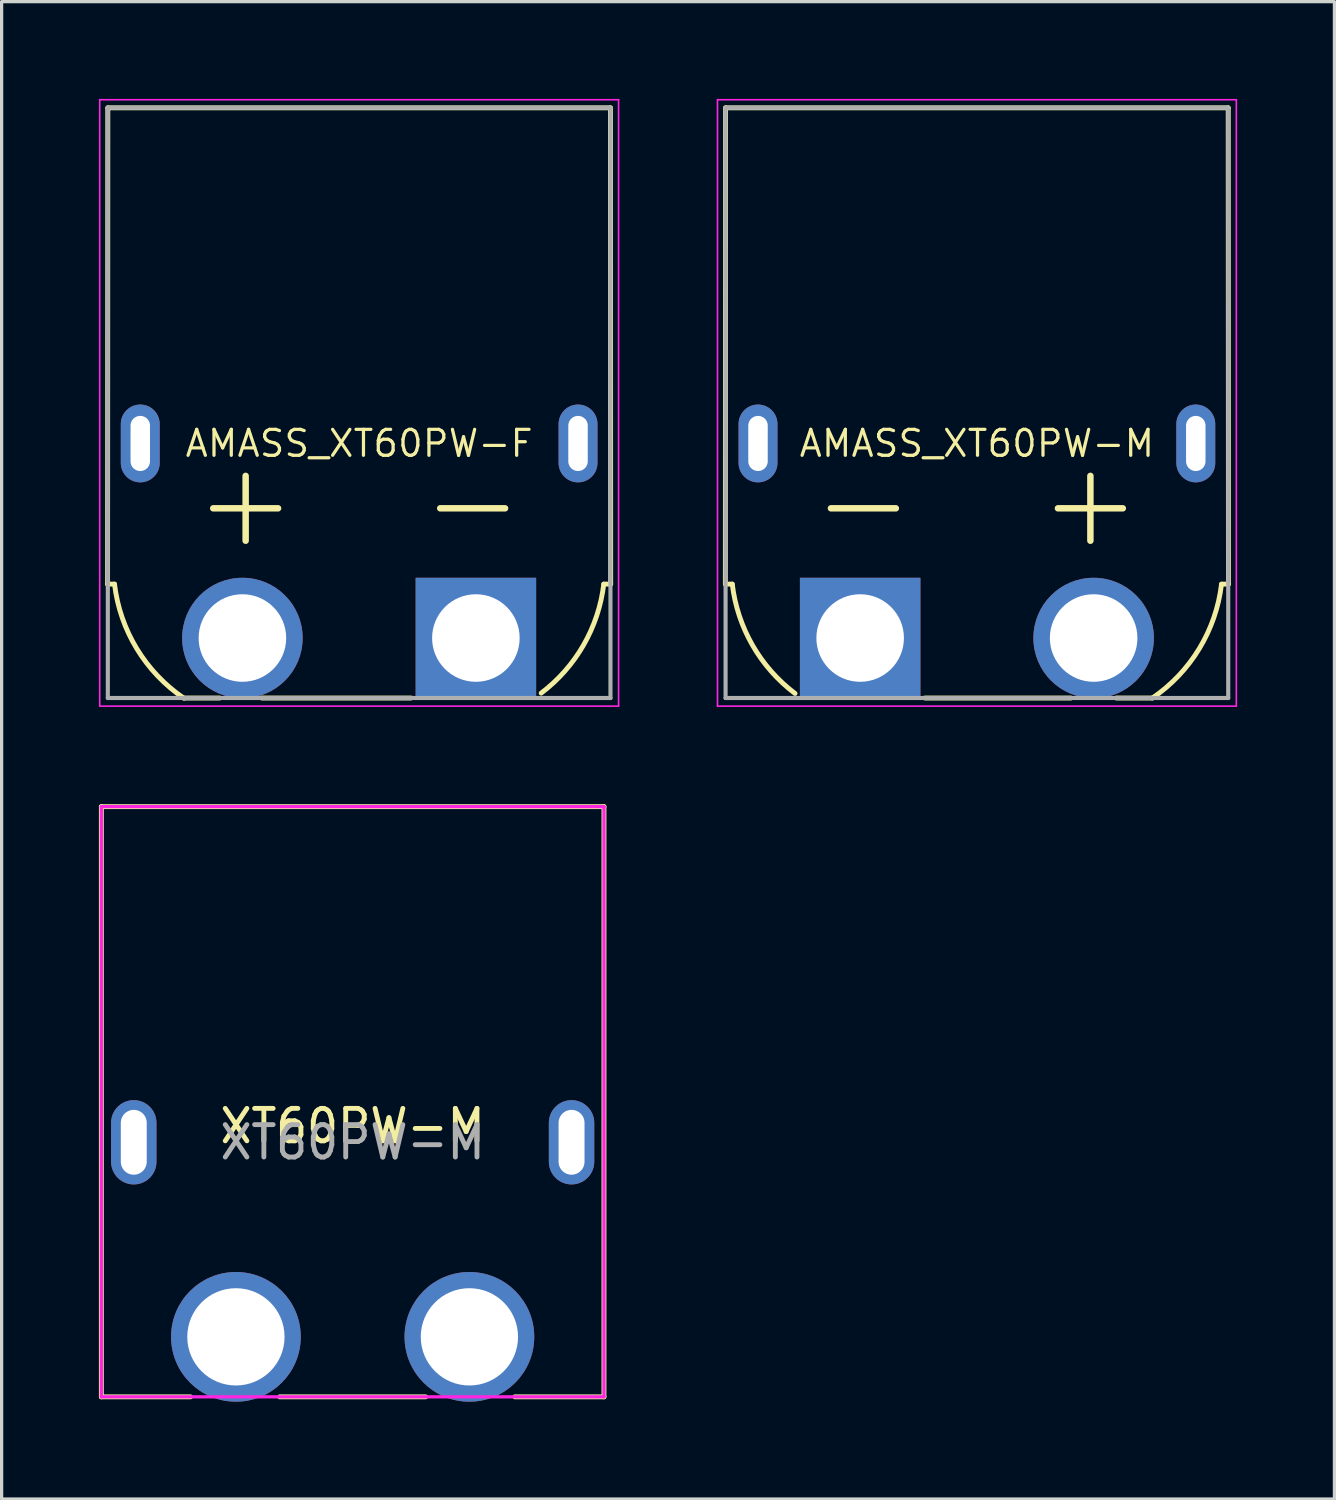
<source format=kicad_pcb>
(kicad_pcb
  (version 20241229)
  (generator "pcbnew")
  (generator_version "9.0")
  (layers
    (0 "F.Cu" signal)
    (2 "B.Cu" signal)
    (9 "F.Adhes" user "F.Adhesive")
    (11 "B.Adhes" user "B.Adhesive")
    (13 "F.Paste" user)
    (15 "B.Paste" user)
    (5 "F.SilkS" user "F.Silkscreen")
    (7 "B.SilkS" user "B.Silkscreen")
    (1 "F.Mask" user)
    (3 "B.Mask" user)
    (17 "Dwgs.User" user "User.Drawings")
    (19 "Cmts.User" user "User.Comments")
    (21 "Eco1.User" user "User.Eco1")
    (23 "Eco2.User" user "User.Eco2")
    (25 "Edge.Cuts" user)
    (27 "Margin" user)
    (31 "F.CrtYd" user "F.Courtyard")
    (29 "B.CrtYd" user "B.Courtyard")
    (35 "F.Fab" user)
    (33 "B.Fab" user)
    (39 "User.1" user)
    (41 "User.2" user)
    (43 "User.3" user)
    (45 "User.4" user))
  (footprint "AMASS_XT60PW-M"
    (layer "F.Cu")
    (at 27.075 10.625)
    (property "Reference" "AMASS_XT60PW-M" (at 0 0 0) (layer "F.SilkS") (effects (font (size 0.8 0.8) (thickness 0.1))))
    (attr through_hole)
    (fp_line (start -7.757 4.338) (end -7.543 4.338) (stroke (width 0.15) (type solid)) (layer "F.SilkS"))
    (fp_line (start -7.75 -10.35) (end -7.757 4.338) (stroke (width 0.15) (type solid)) (layer "F.SilkS"))
    (fp_line (start -4.5 2) (end -2.5 2) (stroke (width 0.2) (type solid)) (layer "F.SilkS"))
    (fp_line (start 2.5 2) (end 4.5 2) (stroke (width 0.2) (type solid)) (layer "F.SilkS"))
    (fp_line (start 2.9 7.85) (end -1.6 7.85) (stroke (width 0.15) (type solid)) (layer "F.SilkS"))
    (fp_line (start 3.5 1) (end 3.5 3) (stroke (width 0.2) (type solid)) (layer "F.SilkS"))
    (fp_line (start 5.413 7.85) (end 4.3 7.85) (stroke (width 0.15) (type solid)) (layer "F.SilkS"))
    (fp_line (start 7.75 -10.35) (end -7.75 -10.35) (stroke (width 0.15) (type solid)) (layer "F.SilkS"))
    (fp_line (start 7.757 4.338) (end 7.543 4.338) (stroke (width 0.15) (type solid)) (layer "F.SilkS"))
    (fp_line (start 7.757 4.338) (end 7.75 -10.35) (stroke (width 0.15) (type solid)) (layer "F.SilkS"))
    (fp_arc (start -5.607721 7.710222) (mid -6.919769 6.22175) (end -7.543269 4.338065) (stroke (width 0.15) (type solid)) (layer "F.SilkS"))
    (fp_arc (start 7.542956 4.340699) (mid 6.858176 6.326087) (end 5.413054 7.85) (stroke (width 0.15) (type solid)) (layer "F.SilkS"))
    (fp_line (start -8 -10.6) (end 8 -10.6) (stroke (width 0.05) (type solid)) (layer "F.CrtYd"))
    (fp_line (start -8 8.1) (end -8 -10.6) (stroke (width 0.05) (type solid)) (layer "F.CrtYd"))
    (fp_line (start 8 -10.6) (end 8 8.1) (stroke (width 0.05) (type solid)) (layer "F.CrtYd"))
    (fp_line (start 8 8.1) (end -8 8.1) (stroke (width 0.05) (type solid)) (layer "F.CrtYd"))
    (fp_line (start -7.75 -10.35) (end -7.75 7.85) (stroke (width 0.127) (type solid)) (layer "F.Fab"))
    (fp_line (start -7.75 7.85) (end 7.75 7.85) (stroke (width 0.127) (type solid)) (layer "F.Fab"))
    (fp_line (start 7.75 -10.35) (end -7.75 -10.35) (stroke (width 0.127) (type solid)) (layer "F.Fab"))
    (fp_line (start 7.75 7.85) (end 7.75 -10.35) (stroke (width 0.127) (type solid)) (layer "F.Fab"))
    (pad "1" thru_hole rect (at -3.6 6) (size 3.716 3.716) (drill 2.7) (layers "*.Cu" "*.Mask"))
    (pad "2" thru_hole circle (at 3.6 6) (size 3.716 3.716) (drill 2.7) (layers "*.Cu" "*.Mask"))
    (pad "MP" thru_hole oval (at -6.75 0) (size 1.2 2.4) (drill oval 0.6 1.7) (layers "*.Cu" "*.Mask"))
    (pad "MP" thru_hole oval (at 6.75 0) (size 1.2 2.4) (drill oval 0.6 1.7) (layers "*.Cu" "*.Mask")))
  (footprint "AMASS_XT60PW-F"
    (layer "F.Cu")
    (at 8.025 10.625)
    (property "Reference" "AMASS_XT60PW-F" (at 0 0 0) (layer "F.SilkS") (effects (font (size 0.8 0.8) (thickness 0.1))))
    (attr through_hole)
    (fp_line (start -7.757 4.338) (end -7.543 4.338) (stroke (width 0.15) (type solid)) (layer "F.SilkS"))
    (fp_line (start -7.75 -10.35) (end -7.757 4.338) (stroke (width 0.15) (type solid)) (layer "F.SilkS"))
    (fp_line (start -4.5 2) (end -2.5 2) (stroke (width 0.2) (type solid)) (layer "F.SilkS"))
    (fp_line (start -4.3 7.85) (end -5.4 7.85) (stroke (width 0.15) (type solid)) (layer "F.SilkS"))
    (fp_line (start -3.5 1) (end -3.5 3) (stroke (width 0.2) (type solid)) (layer "F.SilkS"))
    (fp_line (start 1.6 7.85) (end -3 7.85) (stroke (width 0.15) (type solid)) (layer "F.SilkS"))
    (fp_line (start 2.5 2) (end 4.5 2) (stroke (width 0.2) (type solid)) (layer "F.SilkS"))
    (fp_line (start 7.75 -10.35) (end -7.75 -10.35) (stroke (width 0.15) (type solid)) (layer "F.SilkS"))
    (fp_line (start 7.757 4.338) (end 7.543 4.338) (stroke (width 0.15) (type solid)) (layer "F.SilkS"))
    (fp_line (start 7.757 4.338) (end 7.75 -10.35) (stroke (width 0.15) (type solid)) (layer "F.SilkS"))
    (fp_arc (start -5.404124 7.856076) (mid -6.85606 6.329568) (end -7.543269 4.338065) (stroke (width 0.15) (type solid)) (layer "F.SilkS"))
    (fp_arc (start 7.543269 4.338065) (mid 6.921033 6.215404) (end 5.613033 7.698884) (stroke (width 0.15) (type solid)) (layer "F.SilkS"))
    (fp_line (start -8 -10.6) (end 8 -10.6) (stroke (width 0.05) (type solid)) (layer "F.CrtYd"))
    (fp_line (start -8 8.1) (end -8 -10.6) (stroke (width 0.05) (type solid)) (layer "F.CrtYd"))
    (fp_line (start 8 -10.6) (end 8 8.1) (stroke (width 0.05) (type solid)) (layer "F.CrtYd"))
    (fp_line (start 8 8.1) (end -8 8.1) (stroke (width 0.05) (type solid)) (layer "F.CrtYd"))
    (fp_line (start -7.75 -10.35) (end -7.75 7.85) (stroke (width 0.127) (type solid)) (layer "F.Fab"))
    (fp_line (start -7.75 7.85) (end 7.75 7.85) (stroke (width 0.127) (type solid)) (layer "F.Fab"))
    (fp_line (start 7.75 -10.35) (end -7.75 -10.35) (stroke (width 0.127) (type solid)) (layer "F.Fab"))
    (fp_line (start 7.75 7.85) (end 7.75 -10.35) (stroke (width 0.127) (type solid)) (layer "F.Fab"))
    (pad "1" thru_hole rect (at 3.6 6) (size 3.716 3.716) (drill 2.7) (layers "*.Cu" "*.Mask"))
    (pad "2" thru_hole circle (at -3.6 6) (size 3.716 3.716) (drill 2.7) (layers "*.Cu" "*.Mask"))
    (pad "MP" thru_hole oval (at -6.75 0) (size 1.2 2.4) (drill oval 0.6 1.7) (layers "*.Cu" "*.Mask"))
    (pad "MP" thru_hole oval (at 6.75 0) (size 1.2 2.4) (drill oval 0.6 1.7) (layers "*.Cu" "*.Mask")))
  (footprint "XT60PW-M"
    (layer "F.Cu")
    (at 7.825 32.175)
    (property "Reference" "XT60PW-M" (at 0 -0.5 0) (layer "F.SilkS") (effects (font (size 1 1) (thickness 0.15))))
    (attr through_hole)
    (fp_line (start -7.75 -10.35) (end -7.75 7.85) (stroke (width 0.15) (type solid)) (layer "F.SilkS"))
    (fp_line (start -7.75 7.85) (end -5 7.85) (stroke (width 0.15) (type solid)) (layer "F.SilkS"))
    (fp_line (start -2.25 7.85) (end 2.25 7.85) (stroke (width 0.15) (type solid)) (layer "F.SilkS"))
    (fp_line (start 5 7.85) (end 7.75 7.85) (stroke (width 0.15) (type solid)) (layer "F.SilkS"))
    (fp_line (start 7.75 -10.35) (end -7.75 -10.35) (stroke (width 0.15) (type solid)) (layer "F.SilkS"))
    (fp_line (start 7.75 7.85) (end 7.75 -10.35) (stroke (width 0.15) (type solid)) (layer "F.SilkS"))
    (fp_line (start -7.75 -10.35) (end -7.75 7.85) (stroke (width 0.1) (type solid)) (layer "F.CrtYd"))
    (fp_line (start 7.75 -10.35) (end -7.75 -10.35) (stroke (width 0.1) (type solid)) (layer "F.CrtYd"))
    (fp_line (start 7.75 7.85) (end -7.75 7.85) (stroke (width 0.1) (type solid)) (layer "F.CrtYd"))
    (fp_line (start 7.75 7.85) (end 7.75 -10.35) (stroke (width 0.1) (type solid)) (layer "F.CrtYd"))
    (fp_text user "${REFERENCE}" (at 0 0 0) (layer "F.Fab") (effects (font (size 1 1) (thickness 0.15))))
    (pad "1" thru_hole circle (at 3.6 6) (size 4 4) (drill 3) (layers "*.Cu" "*.Mask"))
    (pad "2" thru_hole circle (at -3.6 6) (size 4 4) (drill 3) (layers "*.Cu" "*.Mask"))
    (pad "MP" thru_hole oval (at -6.75 0) (size 1.4 2.6) (drill oval 0.8 2) (layers "*.Cu" "*.Mask"))
    (pad "MP" thru_hole oval (at 6.75 0) (size 1.4 2.6) (drill oval 0.8 2) (layers "*.Cu" "*.Mask")))
  (gr_rect
    (start -3 -3)
    (end 38.1 43.175)
    (stroke (width 0.1) (type default))
    (fill no)
    (layer "Edge.Cuts")))
</source>
